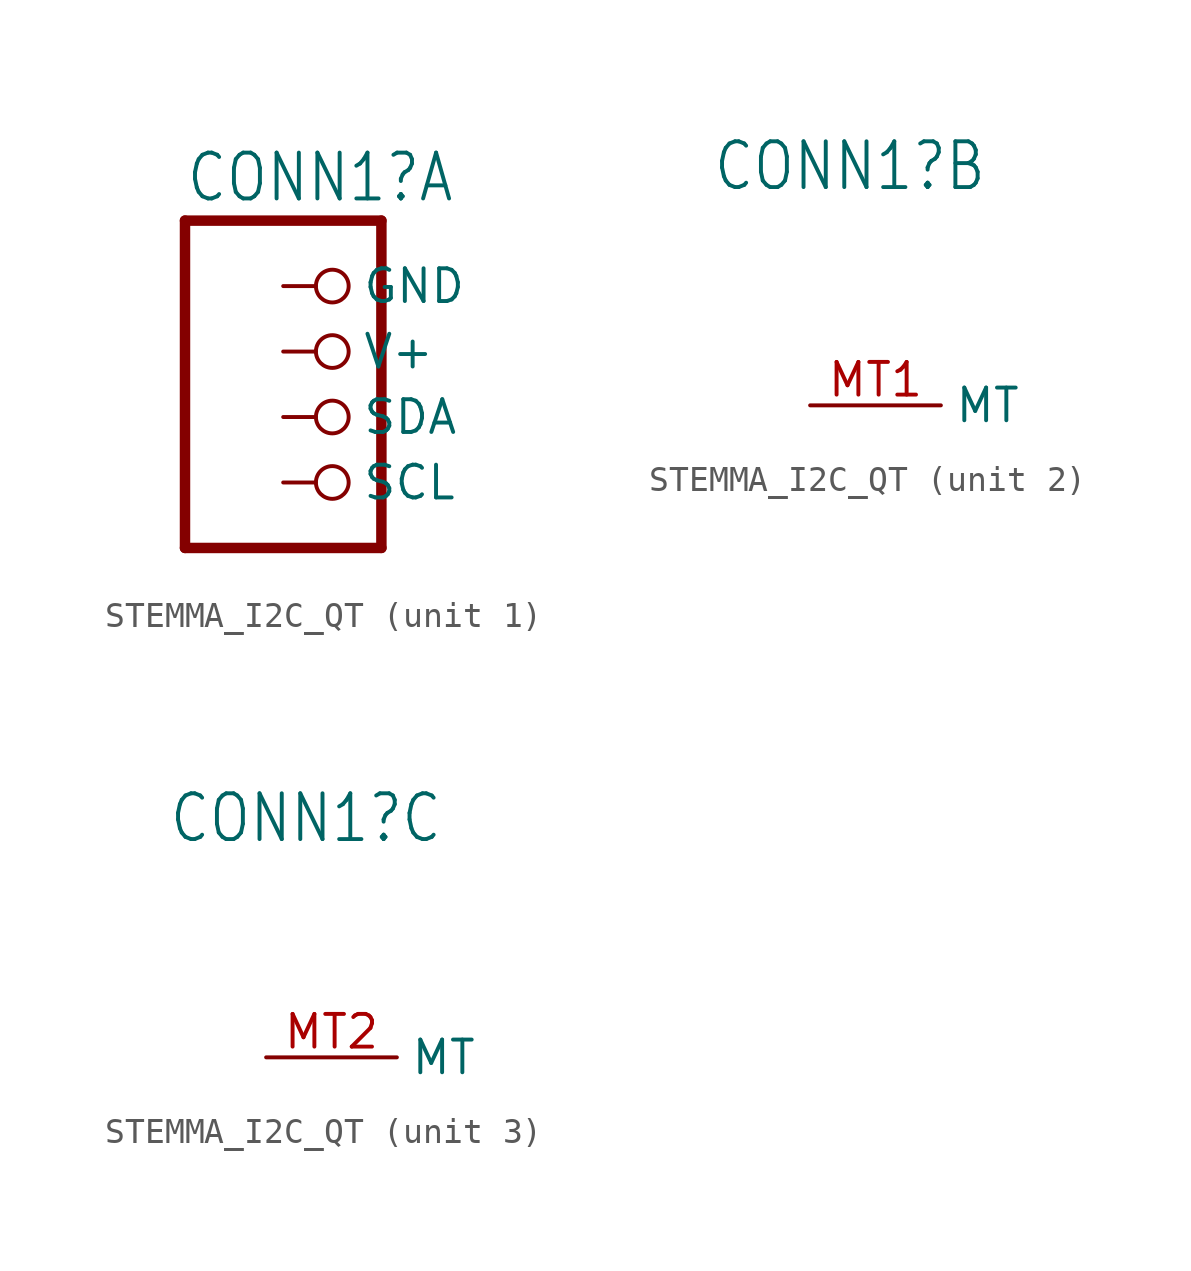
<source format=kicad_sym>
(kicad_symbol_lib
  (version 20211014)
  (generator kicad_symbol_editor)
  (symbol "STEMMA_I2C_QT"
    (property "Reference" "CONN1"
      (at -3.81 8.255 0)
      (effects (font (size 1.778 1.511)) (justify left bottom)))
    (property "ki_locked" ""
      (at 0 0 0)
      (effects (font (size 1.27 1.27))))
    (symbol "STEMMA_I2C_QT_1_0"
      (polyline (pts (xy -3.81 -5.08) (xy 3.81 -5.08)) (stroke (width 0.406) (type default) (color 0 0 0 0)) (fill (type none)))
      (polyline (pts (xy -3.81 7.62) (xy -3.81 -5.08)) (stroke (width 0.406) (type default) (color 0 0 0 0)) (fill (type none)))
      (polyline (pts (xy 3.81 -5.08) (xy 3.81 7.62)) (stroke (width 0.406) (type default) (color 0 0 0 0)) (fill (type none)))
      (polyline (pts (xy 3.81 7.62) (xy -3.81 7.62)) (stroke (width 0.406) (type default) (color 0 0 0 0)) (fill (type none)))
      (pin passive inverted (at 0 5.08 0) (length 2.54) (name "GND" (effects (font (size 1.27 1.27)))) (number "1" (effects (font (size 0 0)))))
      (pin passive inverted (at 0 2.54 0) (length 2.54) (name "V+" (effects (font (size 1.27 1.27)))) (number "2" (effects (font (size 0 0)))))
      (pin passive inverted (at 0 0 0) (length 2.54) (name "SDA" (effects (font (size 1.27 1.27)))) (number "3" (effects (font (size 0 0)))))
      (pin passive inverted (at 0 -2.54 0) (length 2.54) (name "SCL" (effects (font (size 1.27 1.27)))) (number "4" (effects (font (size 0 0))))))
    (symbol "STEMMA_I2C_QT_2_0"
      (pin bidirectional line (at 0 0 0) (length 5.08) (name "MT" (effects (font (size 1.27 1.27)))) (number "MT1" (effects (font (size 1.27 1.27))))))
    (symbol "STEMMA_I2C_QT_3_0"
      (pin bidirectional line (at 0 0 0) (length 5.08) (name "MT" (effects (font (size 1.27 1.27)))) (number "MT2" (effects (font (size 1.27 1.27))))))))
</source>
